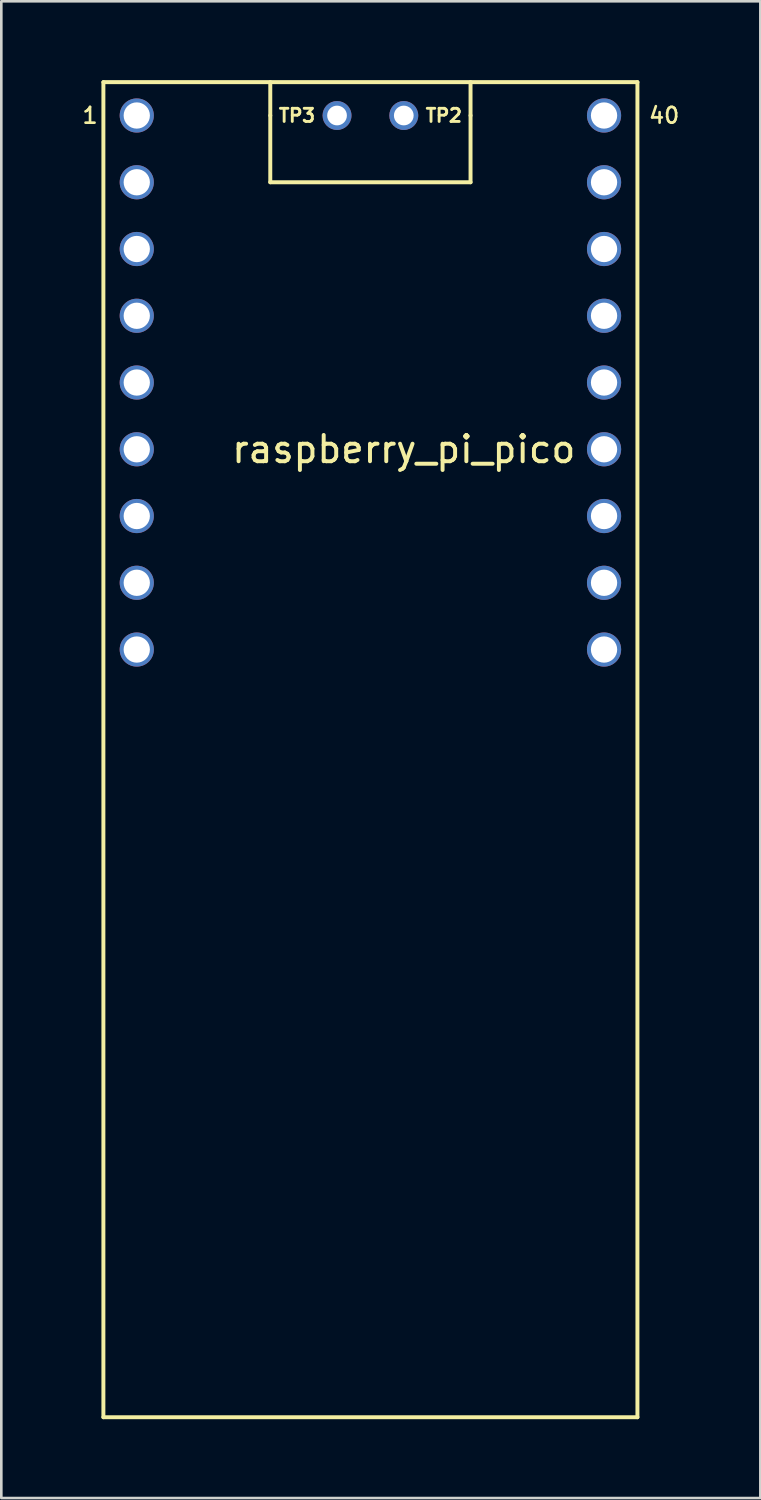
<source format=kicad_pcb>
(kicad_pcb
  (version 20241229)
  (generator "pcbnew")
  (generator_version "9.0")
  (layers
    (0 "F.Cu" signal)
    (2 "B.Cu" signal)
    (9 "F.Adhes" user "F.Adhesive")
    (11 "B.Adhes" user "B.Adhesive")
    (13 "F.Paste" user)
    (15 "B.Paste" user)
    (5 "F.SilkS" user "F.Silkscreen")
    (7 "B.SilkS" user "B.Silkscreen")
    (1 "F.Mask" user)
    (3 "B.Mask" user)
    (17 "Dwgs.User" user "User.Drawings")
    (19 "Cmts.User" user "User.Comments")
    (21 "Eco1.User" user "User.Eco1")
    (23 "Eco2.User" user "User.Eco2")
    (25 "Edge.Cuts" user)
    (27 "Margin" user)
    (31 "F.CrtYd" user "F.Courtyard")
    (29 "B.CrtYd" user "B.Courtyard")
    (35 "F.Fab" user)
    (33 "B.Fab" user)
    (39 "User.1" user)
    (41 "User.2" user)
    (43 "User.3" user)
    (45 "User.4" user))
  (footprint "raspberry_pi_pico"
    (layer "F.Cu")
    (at 2.154 1.345)
    (property "Reference" "raspberry_pi_pico" (at 10.16 12.7 0) (layer "F.SilkS") (effects (font (size 1 1) (thickness 0.15))))
    (attr through_hole)
    (fp_line (start -1.27 -1.27) (end 19.05 -1.27) (stroke (width 0.15) (type solid)) (layer "F.SilkS"))
    (fp_line (start -1.27 49.53) (end -1.27 -1.27) (stroke (width 0.15) (type solid)) (layer "F.SilkS"))
    (fp_line (start 5.08 0) (end 5.08 -1.27) (stroke (width 0.15) (type solid)) (layer "F.SilkS"))
    (fp_line (start 5.08 0) (end 5.08 2.54) (stroke (width 0.15) (type solid)) (layer "F.SilkS"))
    (fp_line (start 5.08 2.54) (end 12.7 2.54) (stroke (width 0.15) (type solid)) (layer "F.SilkS"))
    (fp_line (start 12.7 0) (end 12.7 -1.27) (stroke (width 0.15) (type solid)) (layer "F.SilkS"))
    (fp_line (start 12.7 2.54) (end 12.7 0) (stroke (width 0.15) (type solid)) (layer "F.SilkS"))
    (fp_line (start 19.05 -1.27) (end 19.05 49.53) (stroke (width 0.15) (type solid)) (layer "F.SilkS"))
    (fp_line (start 19.05 49.53) (end -1.27 49.53) (stroke (width 0.15) (type solid)) (layer "F.SilkS"))
    (fp_text user "40" (at 20.066 0 0) (layer "F.SilkS") (effects (font (size 0.6 0.6) (thickness 0.1))))
    (fp_text user "1" (at -1.778 0 0) (layer "F.SilkS") (effects (font (size 0.6 0.6) (thickness 0.1))))
    (fp_text user "TP2" (at 11.684 0 0) (layer "F.SilkS") (effects (font (size 0.5 0.5) (thickness 0.11))))
    (fp_text user "TP3" (at 6.096 0 0) (layer "F.SilkS") (effects (font (size 0.5 0.5) (thickness 0.11))))
    (pad "1" thru_hole circle (at 0 0) (size 1.3 1.3) (drill 1) (layers "*.Cu" "*.Mask"))
    (pad "2" thru_hole circle (at 0 2.54) (size 1.3 1.3) (drill 1) (layers "*.Cu" "*.Mask"))
    (pad "3" thru_hole circle (at 0 5.08) (size 1.3 1.3) (drill 1) (layers "*.Cu" "*.Mask"))
    (pad "4" thru_hole circle (at 0 7.62) (size 1.3 1.3) (drill 1) (layers "*.Cu" "*.Mask"))
    (pad "5" thru_hole circle (at 0 10.16) (size 1.3 1.3) (drill 1) (layers "*.Cu" "*.Mask"))
    (pad "6" thru_hole circle (at 0 12.7) (size 1.3 1.3) (drill 1) (layers "*.Cu" "*.Mask"))
    (pad "7" thru_hole circle (at 0 15.24) (size 1.3 1.3) (drill 1) (layers "*.Cu" "*.Mask"))
    (pad "8" thru_hole circle (at 0 17.78) (size 1.3 1.3) (drill 1) (layers "*.Cu" "*.Mask"))
    (pad "9" thru_hole circle (at 0 20.32) (size 1.3 1.3) (drill 1) (layers "*.Cu" "*.Mask"))
    (pad "32" thru_hole circle (at 17.78 20.32) (size 1.3 1.3) (drill 1) (layers "*.Cu" "*.Mask"))
    (pad "33" thru_hole circle (at 17.78 17.78) (size 1.3 1.3) (drill 1) (layers "*.Cu" "*.Mask"))
    (pad "34" thru_hole circle (at 17.78 15.24) (size 1.3 1.3) (drill 1) (layers "*.Cu" "*.Mask"))
    (pad "35" thru_hole circle (at 17.78 12.7) (size 1.3 1.3) (drill 1) (layers "*.Cu" "*.Mask"))
    (pad "36" thru_hole circle (at 17.78 10.16) (size 1.3 1.3) (drill 1) (layers "*.Cu" "*.Mask"))
    (pad "37" thru_hole circle (at 17.78 7.62) (size 1.3 1.3) (drill 1) (layers "*.Cu" "*.Mask"))
    (pad "38" thru_hole circle (at 17.78 5.08) (size 1.3 1.3) (drill 1) (layers "*.Cu" "*.Mask"))
    (pad "39" thru_hole circle (at 17.78 2.54) (size 1.3 1.3) (drill 1) (layers "*.Cu" "*.Mask"))
    (pad "40" thru_hole circle (at 17.78 0) (size 1.3 1.3) (drill 1) (layers "*.Cu" "*.Mask"))
    (pad "41" thru_hole circle (at 10.16 0) (size 1.1 1.1) (drill 0.75) (layers "*.Cu" "*.Mask"))
    (pad "42" thru_hole circle (at 7.62 0) (size 1.1 1.1) (drill 0.75) (layers "*.Cu" "*.Mask")))
  (gr_rect
    (start -3 -3)
    (end 25.881 53.95)
    (stroke (width 0.1) (type default))
    (fill no)
    (layer "Edge.Cuts")))
</source>
